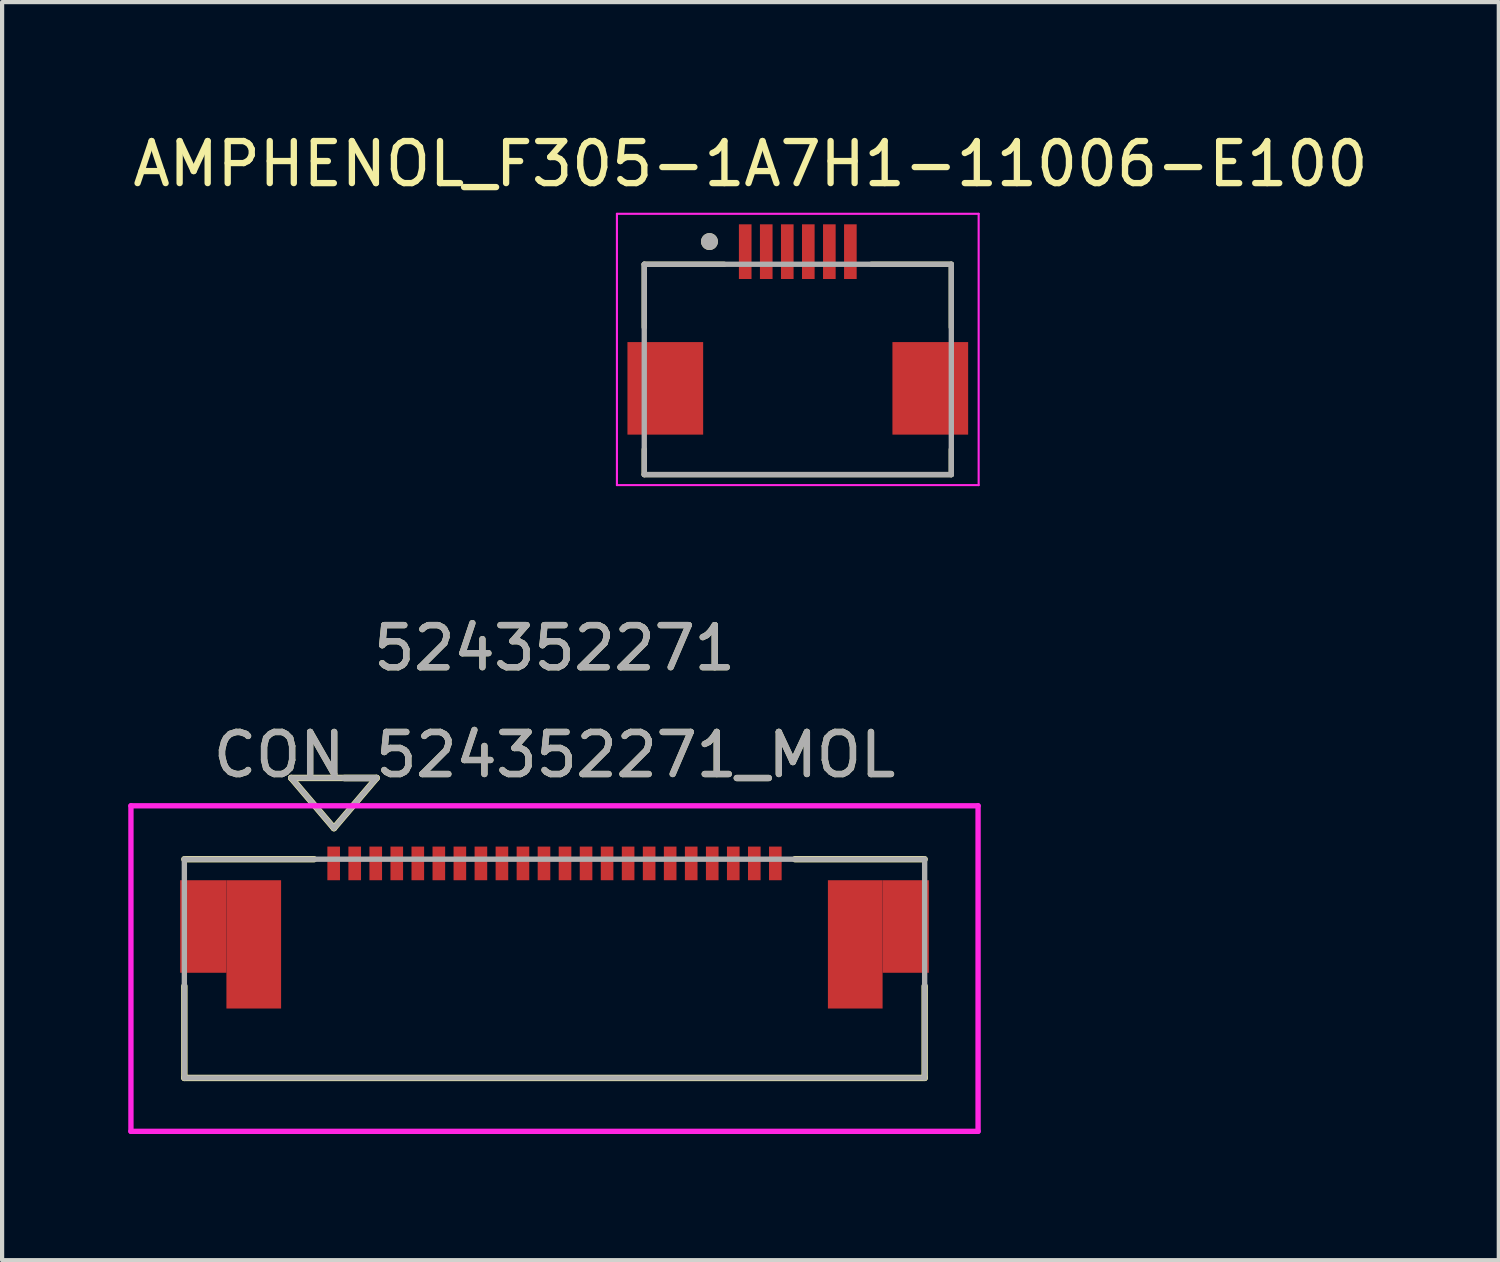
<source format=kicad_pcb>
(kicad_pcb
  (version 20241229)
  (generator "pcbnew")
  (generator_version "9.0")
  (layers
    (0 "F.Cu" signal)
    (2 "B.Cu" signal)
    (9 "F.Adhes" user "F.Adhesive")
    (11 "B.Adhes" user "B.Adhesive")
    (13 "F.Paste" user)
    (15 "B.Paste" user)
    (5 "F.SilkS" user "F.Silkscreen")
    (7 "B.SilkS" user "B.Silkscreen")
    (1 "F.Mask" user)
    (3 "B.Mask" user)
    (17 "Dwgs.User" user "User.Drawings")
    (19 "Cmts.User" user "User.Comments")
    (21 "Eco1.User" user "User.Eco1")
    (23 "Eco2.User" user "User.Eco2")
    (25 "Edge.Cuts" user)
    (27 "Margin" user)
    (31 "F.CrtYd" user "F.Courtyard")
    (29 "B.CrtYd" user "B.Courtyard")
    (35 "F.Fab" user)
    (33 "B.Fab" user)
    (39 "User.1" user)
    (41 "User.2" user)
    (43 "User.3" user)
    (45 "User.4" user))
  (footprint "AMPHENOL_F305-1A7H1-11006-E100"
    (layer "F.Cu")
    (at 15.917 5.733)
    (property "Reference" "AMPHENOL_F305-1A7H1-11006-E100" (at -1.125 -4.885 0) (layer "F.SilkS") (effects (font (size 1 1) (thickness 0.15))))
    (attr smd)
    (fp_poly (pts (xy -1.45 -3.5) (xy -1.05 -3.5) (xy -1.05 -2.1) (xy -1.45 -2.1)) (stroke (width 0.01) (type solid)) (fill yes) (layer "F.Mask"))
    (fp_poly (pts (xy -0.95 -3.5) (xy -0.55 -3.5) (xy -0.55 -2.1) (xy -0.95 -2.1)) (stroke (width 0.01) (type solid)) (fill yes) (layer "F.Mask"))
    (fp_poly (pts (xy -0.45 -3.5) (xy -0.05 -3.5) (xy -0.05 -2.1) (xy -0.45 -2.1)) (stroke (width 0.01) (type solid)) (fill yes) (layer "F.Mask"))
    (fp_poly (pts (xy 0.05 -3.5) (xy 0.45 -3.5) (xy 0.45 -2.1) (xy 0.05 -2.1)) (stroke (width 0.01) (type solid)) (fill yes) (layer "F.Mask"))
    (fp_poly (pts (xy 0.55 -3.5) (xy 0.95 -3.5) (xy 0.95 -2.1) (xy 0.55 -2.1)) (stroke (width 0.01) (type solid)) (fill yes) (layer "F.Mask"))
    (fp_poly (pts (xy 1.05 -3.5) (xy 1.45 -3.5) (xy 1.45 -2.1) (xy 1.05 -2.1)) (stroke (width 0.01) (type solid)) (fill yes) (layer "F.Mask"))
    (fp_line (start -3.65 -2.5) (end -1.75 -2.5) (stroke (width 0.127) (type solid)) (layer "F.SilkS"))
    (fp_line (start -3.65 -1) (end -3.65 -2.5) (stroke (width 0.127) (type solid)) (layer "F.SilkS"))
    (fp_line (start -3.65 1.9) (end -3.65 2.5) (stroke (width 0.127) (type solid)) (layer "F.SilkS"))
    (fp_line (start -3.65 2.5) (end 3.65 2.5) (stroke (width 0.127) (type solid)) (layer "F.SilkS"))
    (fp_line (start 1.75 -2.5) (end 3.65 -2.5) (stroke (width 0.127) (type solid)) (layer "F.SilkS"))
    (fp_line (start 3.65 -2.5) (end 3.65 -1) (stroke (width 0.127) (type solid)) (layer "F.SilkS"))
    (fp_line (start 3.65 2.5) (end 3.65 1.9) (stroke (width 0.127) (type solid)) (layer "F.SilkS"))
    (fp_circle (center -2.1 -3.04) (end -2 -3.04) (stroke (width 0.2) (type solid)) (fill no) (layer "F.SilkS"))
    (fp_line (start -4.3 -3.7) (end -4.3 2.75) (stroke (width 0.05) (type solid)) (layer "F.CrtYd"))
    (fp_line (start -4.3 2.75) (end 4.3 2.75) (stroke (width 0.05) (type solid)) (layer "F.CrtYd"))
    (fp_line (start 4.3 -3.7) (end -4.3 -3.7) (stroke (width 0.05) (type solid)) (layer "F.CrtYd"))
    (fp_line (start 4.3 2.75) (end 4.3 -3.7) (stroke (width 0.05) (type solid)) (layer "F.CrtYd"))
    (fp_line (start -3.65 -2.5) (end -3.65 2.5) (stroke (width 0.127) (type solid)) (layer "F.Fab"))
    (fp_line (start -3.65 2.5) (end 3.65 2.5) (stroke (width 0.127) (type solid)) (layer "F.Fab"))
    (fp_line (start 3.65 -2.5) (end -3.65 -2.5) (stroke (width 0.127) (type solid)) (layer "F.Fab"))
    (fp_line (start 3.65 2.5) (end 3.65 -2.5) (stroke (width 0.127) (type solid)) (layer "F.Fab"))
    (fp_circle (center -2.1 -3.04) (end -2 -3.04) (stroke (width 0.2) (type solid)) (fill no) (layer "F.Fab"))
    (pad "1" smd rect (at -1.25 -2.8) (size 0.3 1.3) (layers "F.Cu" "F.Paste"))
    (pad "2" smd rect (at -0.75 -2.8) (size 0.3 1.3) (layers "F.Cu" "F.Paste"))
    (pad "3" smd rect (at -0.25 -2.8) (size 0.3 1.3) (layers "F.Cu" "F.Paste"))
    (pad "4" smd rect (at 0.25 -2.8) (size 0.3 1.3) (layers "F.Cu" "F.Paste"))
    (pad "5" smd rect (at 0.75 -2.8) (size 0.3 1.3) (layers "F.Cu" "F.Paste"))
    (pad "6" smd rect (at 1.25 -2.8) (size 0.3 1.3) (layers "F.Cu" "F.Paste"))
    (pad "S1" smd rect (at -3.15 0.45) (size 1.8 2.2) (layers "F.Cu" "F.Mask" "F.Paste"))
    (pad "S2" smd rect (at 3.15 0.45) (size 1.8 2.2) (layers "F.Cu" "F.Mask" "F.Paste")))
  (footprint "CON_524352271_MOL"
    (layer "F.Cu")
    (at 10.133 19.977)
    (property "Reference" "CON_524352271_MOL" (at 0 -5.08 0) (unlocked yes) (layer "F.SilkS") (effects (font (size 1 1) (thickness 0.15))))
    (attr smd)
    (fp_poly (pts (xy -7.8 -2.1) (xy -8.9 -2.1) (xy -8.9 0.1) (xy -7.8 0.1)) (stroke (width 0) (type solid)) (fill yes) (layer "F.Cu"))
    (fp_poly (pts (xy 7.8 -2.1) (xy 8.9 -2.1) (xy 8.9 0.1) (xy 7.8 0.1)) (stroke (width 0) (type solid)) (fill yes) (layer "F.Cu"))
    (fp_poly (pts (xy -7.8 -2.1) (xy -8.9 -2.1) (xy -8.9 0.1) (xy -7.8 0.1)) (stroke (width 0) (type solid)) (fill yes) (layer "F.Mask"))
    (fp_poly (pts (xy 7.8 -2.1) (xy 8.9 -2.1) (xy 8.9 0.1) (xy 7.8 0.1)) (stroke (width 0) (type solid)) (fill yes) (layer "F.Mask"))
    (fp_line (start -8.8 0.418) (end -8.8 2.6) (stroke (width 0.152) (type solid)) (layer "F.SilkS"))
    (fp_line (start -8.8 2.6) (end 8.8 2.6) (stroke (width 0.152) (type solid)) (layer "F.SilkS"))
    (fp_line (start -6.26 -4.532) (end -5.244 -3.338) (stroke (width 0.152) (type solid)) (layer "F.SilkS"))
    (fp_line (start -6.26 -4.532) (end -4.228 -4.532) (stroke (width 0.152) (type solid)) (layer "F.SilkS"))
    (fp_line (start -5.717 -2.6) (end -8.8 -2.6) (stroke (width 0.152) (type solid)) (layer "F.SilkS"))
    (fp_line (start -4.228 -4.532) (end -5.244 -3.338) (stroke (width 0.152) (type solid)) (layer "F.SilkS"))
    (fp_line (start 8.8 -2.6) (end 5.718 -2.6) (stroke (width 0.152) (type solid)) (layer "F.SilkS"))
    (fp_line (start 8.8 2.6) (end 8.8 0.418) (stroke (width 0.152) (type solid)) (layer "F.SilkS"))
    (fp_poly (pts (xy -7.8 -2.1) (xy -8.9 -2.1) (xy -8.9 0.1) (xy -7.8 0.1)) (stroke (width 0) (type solid)) (fill yes) (layer "F.Paste"))
    (fp_poly (pts (xy 7.8 -2.1) (xy 8.9 -2.1) (xy 8.9 0.1) (xy 7.8 0.1)) (stroke (width 0) (type solid)) (fill yes) (layer "F.Paste"))
    (fp_line (start -10.07 -3.87) (end -10.07 3.87) (stroke (width 0.127) (type solid)) (layer "F.CrtYd"))
    (fp_line (start -10.07 3.87) (end 10.07 3.87) (stroke (width 0.127) (type solid)) (layer "F.CrtYd"))
    (fp_line (start 10.07 -3.87) (end -10.07 -3.87) (stroke (width 0.127) (type solid)) (layer "F.CrtYd"))
    (fp_line (start 10.07 3.87) (end 10.07 -3.87) (stroke (width 0.127) (type solid)) (layer "F.CrtYd"))
    (fp_line (start -8.8 -2.6) (end -8.8 2.6) (stroke (width 0.127) (type solid)) (layer "F.Fab"))
    (fp_line (start -8.8 2.6) (end 8.8 2.6) (stroke (width 0.127) (type solid)) (layer "F.Fab"))
    (fp_line (start -6.26 -4.532) (end -5.244 -3.338) (stroke (width 0.127) (type solid)) (layer "F.Fab"))
    (fp_line (start -6.26 -4.532) (end -4.228 -4.532) (stroke (width 0.127) (type solid)) (layer "F.Fab"))
    (fp_line (start -4.228 -4.532) (end -5.244 -3.338) (stroke (width 0.127) (type solid)) (layer "F.Fab"))
    (fp_line (start 8.8 -2.6) (end -8.8 -2.6) (stroke (width 0.127) (type solid)) (layer "F.Fab"))
    (fp_line (start 8.8 2.6) (end 8.8 -2.6) (stroke (width 0.127) (type solid)) (layer "F.Fab"))
    (fp_text user "524352271" (at 0 -7.62 0) (unlocked yes) (layer "F.SilkS") (effects (font (size 1 1) (thickness 0.15))))
    (fp_text user "524352271" (at 0 -7.62 0) (unlocked yes) (layer "F.Fab") (effects (font (size 1 1) (thickness 0.15))))
    (fp_text user "${REFERENCE}" (at 0 -5.08 0) (unlocked yes) (layer "F.Fab") (effects (font (size 1 1) (thickness 0.15))))
    (pad "1" smd rect (at -5.25 -2.5) (size 0.3 0.8) (layers "F.Cu" "F.Mask" "F.Paste"))
    (pad "2" smd rect (at -4.75 -2.5) (size 0.3 0.8) (layers "F.Cu" "F.Mask" "F.Paste"))
    (pad "3" smd rect (at -4.25 -2.5) (size 0.3 0.8) (layers "F.Cu" "F.Mask" "F.Paste"))
    (pad "4" smd rect (at -3.75 -2.5) (size 0.3 0.8) (layers "F.Cu" "F.Mask" "F.Paste"))
    (pad "5" smd rect (at -3.25 -2.5) (size 0.3 0.8) (layers "F.Cu" "F.Mask" "F.Paste"))
    (pad "6" smd rect (at -2.75 -2.5) (size 0.3 0.8) (layers "F.Cu" "F.Mask" "F.Paste"))
    (pad "7" smd rect (at -2.25 -2.5) (size 0.3 0.8) (layers "F.Cu" "F.Mask" "F.Paste"))
    (pad "8" smd rect (at -1.75 -2.5) (size 0.3 0.8) (layers "F.Cu" "F.Mask" "F.Paste"))
    (pad "9" smd rect (at -1.25 -2.5) (size 0.3 0.8) (layers "F.Cu" "F.Mask" "F.Paste"))
    (pad "10" smd rect (at -0.75 -2.5) (size 0.3 0.8) (layers "F.Cu" "F.Mask" "F.Paste"))
    (pad "11" smd rect (at -0.25 -2.5) (size 0.3 0.8) (layers "F.Cu" "F.Mask" "F.Paste"))
    (pad "12" smd rect (at 0.25 -2.5) (size 0.3 0.8) (layers "F.Cu" "F.Mask" "F.Paste"))
    (pad "13" smd rect (at 0.75 -2.5) (size 0.3 0.8) (layers "F.Cu" "F.Mask" "F.Paste"))
    (pad "14" smd rect (at 1.25 -2.5) (size 0.3 0.8) (layers "F.Cu" "F.Mask" "F.Paste"))
    (pad "15" smd rect (at 1.75 -2.5) (size 0.3 0.8) (layers "F.Cu" "F.Mask" "F.Paste"))
    (pad "16" smd rect (at 2.25 -2.5) (size 0.3 0.8) (layers "F.Cu" "F.Mask" "F.Paste"))
    (pad "17" smd rect (at 2.75 -2.5) (size 0.3 0.8) (layers "F.Cu" "F.Mask" "F.Paste"))
    (pad "18" smd rect (at 3.25 -2.5) (size 0.3 0.8) (layers "F.Cu" "F.Mask" "F.Paste"))
    (pad "19" smd rect (at 3.75 -2.5) (size 0.3 0.8) (layers "F.Cu" "F.Mask" "F.Paste"))
    (pad "20" smd rect (at 4.25 -2.5) (size 0.3 0.8) (layers "F.Cu" "F.Mask" "F.Paste"))
    (pad "21" smd rect (at 4.75 -2.5) (size 0.3 0.8) (layers "F.Cu" "F.Mask" "F.Paste"))
    (pad "22" smd rect (at 5.25 -2.5) (size 0.3 0.8) (layers "F.Cu" "F.Mask" "F.Paste"))
    (pad "P1" smd rect (at -7.15 -0.575) (size 1.3 3.05) (layers "F.Cu" "F.Mask" "F.Paste"))
    (pad "P2" smd rect (at 7.15 -0.575) (size 1.3 3.05) (layers "F.Cu" "F.Mask" "F.Paste")))
  (gr_rect
    (start -3 -3)
    (end 32.583 26.91)
    (stroke (width 0.1) (type default))
    (fill no)
    (layer "Edge.Cuts")))
</source>
